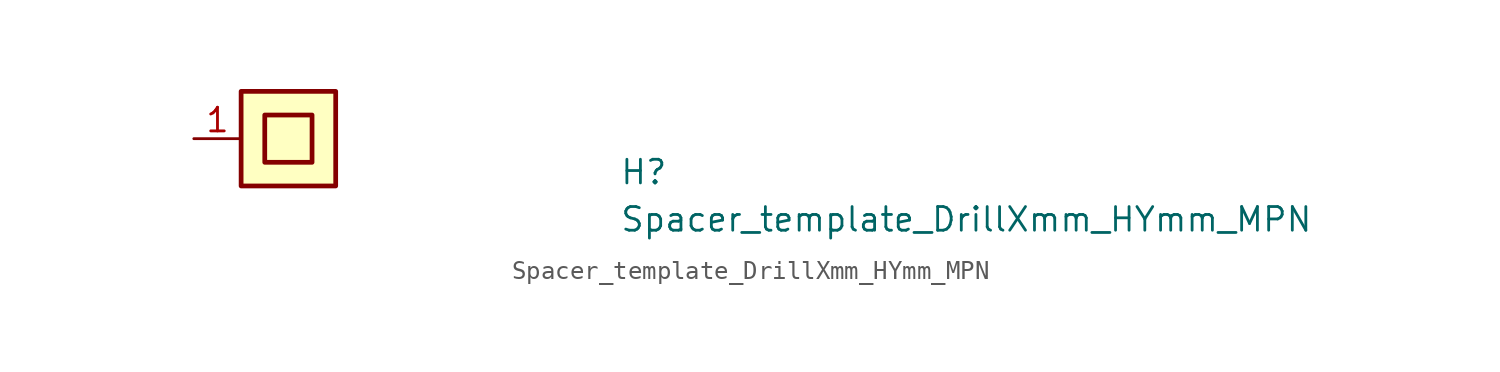
<source format=kicad_sym>
(kicad_symbol_lib
  (version 20220914)
  (generator kicad_symbol_editor)
  (symbol "Spacer_template_DrillXmm_HYmm_MPN"
    (property "Reference" "H"
      (at 22.86 -2.54 0)
      (effects (font (size 1.27 1.27) (thickness 0.15)) (justify left bottom)))
    (property "Value" "Spacer_template_DrillXmm_HYmm_MPN"
      (at 22.86 -5.08 0)
      (effects (font (size 1.27 1.27) (thickness 0.15)) (justify left bottom)))
    (symbol "Spacer_template_DrillXmm_HYmm_MPN_1_1"
      (rectangle (start 2.54 -2.54) (end 7.62 2.54) (stroke (width 0.254) (type default)) (fill (type background)))
      (rectangle (start 3.81 -1.27) (end 6.35 1.27) (stroke (width 0.254) (type default)) (fill (type background)))
      (pin passive line (at 0 0 0) (length 2.54) (name "~" (effects (font (size 1.27 1.27)))) (number "1" (effects (font (size 1.27 1.27))))))))
</source>
